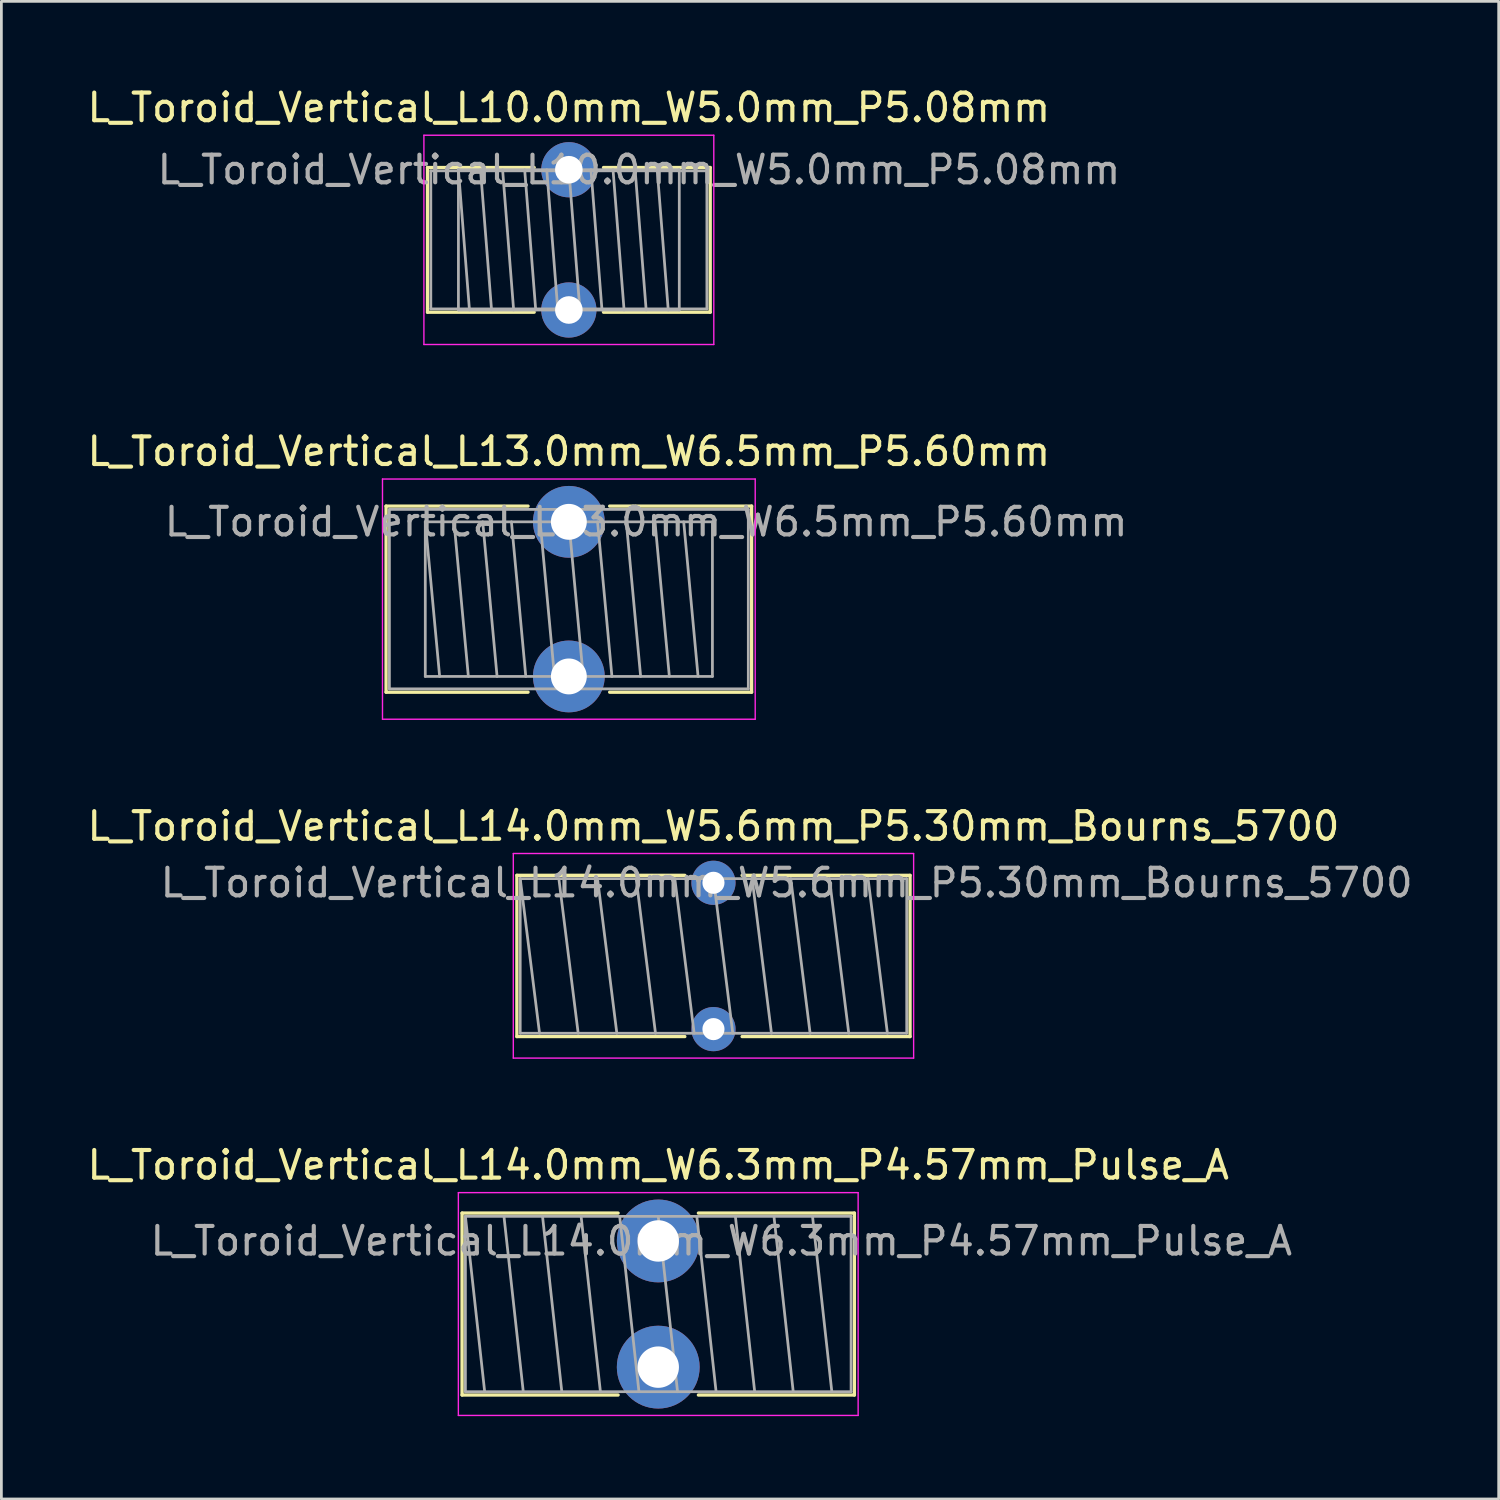
<source format=kicad_pcb>
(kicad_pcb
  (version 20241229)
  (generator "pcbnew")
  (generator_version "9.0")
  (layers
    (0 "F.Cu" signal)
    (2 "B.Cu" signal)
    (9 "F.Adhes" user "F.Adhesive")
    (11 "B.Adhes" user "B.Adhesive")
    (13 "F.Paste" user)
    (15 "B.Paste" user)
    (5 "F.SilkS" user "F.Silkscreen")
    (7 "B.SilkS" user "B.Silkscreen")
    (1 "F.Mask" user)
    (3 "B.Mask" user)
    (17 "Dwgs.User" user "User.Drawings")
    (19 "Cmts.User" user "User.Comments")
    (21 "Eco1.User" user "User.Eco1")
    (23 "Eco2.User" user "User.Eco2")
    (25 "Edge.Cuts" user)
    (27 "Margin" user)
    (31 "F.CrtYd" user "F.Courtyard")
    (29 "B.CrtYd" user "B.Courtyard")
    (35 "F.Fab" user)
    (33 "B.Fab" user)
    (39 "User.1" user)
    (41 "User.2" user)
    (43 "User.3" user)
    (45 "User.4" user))
  (footprint "L_Toroid_Vertical_L14.0mm_W6.3mm_P4.57mm_Pulse_A"
    (layer "F.Cu")
    (at 20.792 41.898)
    (property "Reference" "L_Toroid_Vertical_L14.0mm_W6.3mm_P4.57mm_Pulse_A" (at 0 -2.75 0) (layer "F.SilkS") (effects (font (size 1 1) (thickness 0.15))))
    (attr through_hole)
    (fp_line (start -7.105 -1.01) (end -7.105 5.58) (stroke (width 0.12) (type solid)) (layer "F.SilkS"))
    (fp_line (start -7.105 -1.01) (end -1.454 -1.01) (stroke (width 0.12) (type solid)) (layer "F.SilkS"))
    (fp_line (start -7.105 5.58) (end -1.454 5.58) (stroke (width 0.12) (type solid)) (layer "F.SilkS"))
    (fp_line (start 1.454 -1.01) (end 7.105 -1.01) (stroke (width 0.12) (type solid)) (layer "F.SilkS"))
    (fp_line (start 1.454 5.58) (end 7.105 5.58) (stroke (width 0.12) (type solid)) (layer "F.SilkS"))
    (fp_line (start 7.105 -1.01) (end 7.105 5.58) (stroke (width 0.12) (type solid)) (layer "F.SilkS"))
    (fp_line (start -7.24 -1.75) (end -7.24 6.32) (stroke (width 0.05) (type solid)) (layer "F.CrtYd"))
    (fp_line (start -7.24 6.32) (end 7.24 6.32) (stroke (width 0.05) (type solid)) (layer "F.CrtYd"))
    (fp_line (start 7.24 -1.75) (end -7.24 -1.75) (stroke (width 0.05) (type solid)) (layer "F.CrtYd"))
    (fp_line (start 7.24 6.32) (end 7.24 -1.75) (stroke (width 0.05) (type solid)) (layer "F.CrtYd"))
    (fp_line (start -6.985 -0.89) (end -6.985 5.46) (stroke (width 0.1) (type solid)) (layer "F.Fab"))
    (fp_line (start -6.985 -0.89) (end -6.287 5.46) (stroke (width 0.1) (type solid)) (layer "F.Fab"))
    (fp_line (start -6.985 5.46) (end 6.985 5.46) (stroke (width 0.1) (type solid)) (layer "F.Fab"))
    (fp_line (start -5.588 -0.89) (end -4.889 5.46) (stroke (width 0.1) (type solid)) (layer "F.Fab"))
    (fp_line (start -4.191 -0.89) (end -3.493 5.46) (stroke (width 0.1) (type solid)) (layer "F.Fab"))
    (fp_line (start -2.794 -0.89) (end -2.095 5.46) (stroke (width 0.1) (type solid)) (layer "F.Fab"))
    (fp_line (start -1.397 -0.89) (end -0.699 5.46) (stroke (width 0.1) (type solid)) (layer "F.Fab"))
    (fp_line (start 0 -0.89) (end 0.699 5.46) (stroke (width 0.1) (type solid)) (layer "F.Fab"))
    (fp_line (start 1.397 -0.89) (end 2.095 5.46) (stroke (width 0.1) (type solid)) (layer "F.Fab"))
    (fp_line (start 2.794 -0.89) (end 3.493 5.46) (stroke (width 0.1) (type solid)) (layer "F.Fab"))
    (fp_line (start 4.191 -0.89) (end 4.889 5.46) (stroke (width 0.1) (type solid)) (layer "F.Fab"))
    (fp_line (start 5.588 -0.89) (end 6.287 5.46) (stroke (width 0.1) (type solid)) (layer "F.Fab"))
    (fp_line (start 6.985 -0.89) (end -6.985 -0.89) (stroke (width 0.1) (type solid)) (layer "F.Fab"))
    (fp_line (start 6.985 5.46) (end 6.985 -0.89) (stroke (width 0.1) (type solid)) (layer "F.Fab"))
    (fp_text user "${REFERENCE}" (at 2.285 0 0) (layer "F.Fab") (effects (font (size 1 1) (thickness 0.15))))
    (pad "1" thru_hole circle (at 0 0) (size 3 3) (drill 1.5) (layers "*.Cu" "*.Mask"))
    (pad "2" thru_hole circle (at 0 4.57) (size 3 3) (drill 1.5) (layers "*.Cu" "*.Mask")))
  (footprint "L_Toroid_Vertical_L13.0mm_W6.5mm_P5.60mm"
    (layer "F.Cu")
    (at 17.554 15.851)
    (property "Reference" "L_Toroid_Vertical_L13.0mm_W6.5mm_P5.60mm" (at 0 -2.55 0) (layer "F.SilkS") (effects (font (size 1 1) (thickness 0.15))))
    (attr through_hole)
    (fp_line (start -6.62 -0.57) (end -6.62 6.17) (stroke (width 0.12) (type solid)) (layer "F.SilkS"))
    (fp_line (start -6.62 -0.57) (end -1.478 -0.57) (stroke (width 0.12) (type solid)) (layer "F.SilkS"))
    (fp_line (start -6.62 6.17) (end -1.478 6.17) (stroke (width 0.12) (type solid)) (layer "F.SilkS"))
    (fp_line (start 1.478 -0.57) (end 6.62 -0.57) (stroke (width 0.12) (type solid)) (layer "F.SilkS"))
    (fp_line (start 1.478 6.17) (end 6.62 6.17) (stroke (width 0.12) (type solid)) (layer "F.SilkS"))
    (fp_line (start 6.62 -0.57) (end 6.62 6.17) (stroke (width 0.12) (type solid)) (layer "F.SilkS"))
    (fp_line (start -6.75 -1.55) (end -6.75 7.15) (stroke (width 0.05) (type solid)) (layer "F.CrtYd"))
    (fp_line (start -6.75 7.15) (end 6.75 7.15) (stroke (width 0.05) (type solid)) (layer "F.CrtYd"))
    (fp_line (start 6.75 -1.55) (end -6.75 -1.55) (stroke (width 0.05) (type solid)) (layer "F.CrtYd"))
    (fp_line (start 6.75 7.15) (end 6.75 -1.55) (stroke (width 0.05) (type solid)) (layer "F.CrtYd"))
    (fp_line (start -6.5 -0.45) (end -6.5 6.05) (stroke (width 0.1) (type solid)) (layer "F.Fab"))
    (fp_line (start -6.5 6.05) (end 6.5 6.05) (stroke (width 0.1) (type solid)) (layer "F.Fab"))
    (fp_line (start -5.2 0) (end -5.2 5.6) (stroke (width 0.1) (type solid)) (layer "F.Fab"))
    (fp_line (start -5.2 0) (end -4.68 5.6) (stroke (width 0.1) (type solid)) (layer "F.Fab"))
    (fp_line (start -5.2 5.6) (end 5.2 5.6) (stroke (width 0.1) (type solid)) (layer "F.Fab"))
    (fp_line (start -4.16 0) (end -3.64 5.6) (stroke (width 0.1) (type solid)) (layer "F.Fab"))
    (fp_line (start -3.12 0) (end -2.6 5.6) (stroke (width 0.1) (type solid)) (layer "F.Fab"))
    (fp_line (start -2.08 0) (end -1.56 5.6) (stroke (width 0.1) (type solid)) (layer "F.Fab"))
    (fp_line (start -1.04 0) (end -0.52 5.6) (stroke (width 0.1) (type solid)) (layer "F.Fab"))
    (fp_line (start 0 0) (end 0.52 5.6) (stroke (width 0.1) (type solid)) (layer "F.Fab"))
    (fp_line (start 1.04 0) (end 1.56 5.6) (stroke (width 0.1) (type solid)) (layer "F.Fab"))
    (fp_line (start 2.08 0) (end 2.6 5.6) (stroke (width 0.1) (type solid)) (layer "F.Fab"))
    (fp_line (start 3.12 0) (end 3.64 5.6) (stroke (width 0.1) (type solid)) (layer "F.Fab"))
    (fp_line (start 4.16 0) (end 4.68 5.6) (stroke (width 0.1) (type solid)) (layer "F.Fab"))
    (fp_line (start 5.2 0) (end -5.2 0) (stroke (width 0.1) (type solid)) (layer "F.Fab"))
    (fp_line (start 5.2 5.6) (end 5.2 0) (stroke (width 0.1) (type solid)) (layer "F.Fab"))
    (fp_line (start 6.5 -0.45) (end -6.5 -0.45) (stroke (width 0.1) (type solid)) (layer "F.Fab"))
    (fp_line (start 6.5 6.05) (end 6.5 -0.45) (stroke (width 0.1) (type solid)) (layer "F.Fab"))
    (fp_text user "${REFERENCE}" (at 2.8 0 0) (layer "F.Fab") (effects (font (size 1 1) (thickness 0.15))))
    (pad "1" thru_hole circle (at 0 0) (size 2.6 2.6) (drill 1.3) (layers "*.Cu" "*.Mask"))
    (pad "2" thru_hole circle (at 0 5.6) (size 2.6 2.6) (drill 1.3) (layers "*.Cu" "*.Mask")))
  (footprint "L_Toroid_Vertical_L14.0mm_W5.6mm_P5.30mm_Bourns_5700"
    (layer "F.Cu")
    (at 22.792 28.925)
    (property "Reference" "L_Toroid_Vertical_L14.0mm_W5.6mm_P5.30mm_Bourns_5700" (at 0 -2.05 0) (layer "F.SilkS") (effects (font (size 1 1) (thickness 0.15))))
    (attr through_hole)
    (fp_line (start -7.12 -0.27) (end -7.12 5.57) (stroke (width 0.12) (type solid)) (layer "F.SilkS"))
    (fp_line (start -7.12 -0.27) (end -1.037 -0.27) (stroke (width 0.12) (type solid)) (layer "F.SilkS"))
    (fp_line (start -7.12 5.57) (end -1.037 5.57) (stroke (width 0.12) (type solid)) (layer "F.SilkS"))
    (fp_line (start 1.037 -0.27) (end 7.12 -0.27) (stroke (width 0.12) (type solid)) (layer "F.SilkS"))
    (fp_line (start 1.037 5.57) (end 7.12 5.57) (stroke (width 0.12) (type solid)) (layer "F.SilkS"))
    (fp_line (start 7.12 -0.27) (end 7.12 5.57) (stroke (width 0.12) (type solid)) (layer "F.SilkS"))
    (fp_line (start -7.25 -1.06) (end -7.25 6.35) (stroke (width 0.05) (type solid)) (layer "F.CrtYd"))
    (fp_line (start -7.25 6.35) (end 7.25 6.35) (stroke (width 0.05) (type solid)) (layer "F.CrtYd"))
    (fp_line (start 7.25 -1.06) (end -7.25 -1.06) (stroke (width 0.05) (type solid)) (layer "F.CrtYd"))
    (fp_line (start 7.25 6.35) (end 7.25 -1.06) (stroke (width 0.05) (type solid)) (layer "F.CrtYd"))
    (fp_line (start -7 -0.15) (end -7 5.45) (stroke (width 0.1) (type solid)) (layer "F.Fab"))
    (fp_line (start -7 -0.15) (end -6.3 5.45) (stroke (width 0.1) (type solid)) (layer "F.Fab"))
    (fp_line (start -7 5.45) (end 7 5.45) (stroke (width 0.1) (type solid)) (layer "F.Fab"))
    (fp_line (start -5.6 -0.15) (end -4.9 5.45) (stroke (width 0.1) (type solid)) (layer "F.Fab"))
    (fp_line (start -4.2 -0.15) (end -3.5 5.45) (stroke (width 0.1) (type solid)) (layer "F.Fab"))
    (fp_line (start -2.8 -0.15) (end -2.1 5.45) (stroke (width 0.1) (type solid)) (layer "F.Fab"))
    (fp_line (start -1.4 -0.15) (end -0.7 5.45) (stroke (width 0.1) (type solid)) (layer "F.Fab"))
    (fp_line (start 0 -0.15) (end 0.7 5.45) (stroke (width 0.1) (type solid)) (layer "F.Fab"))
    (fp_line (start 1.4 -0.15) (end 2.1 5.45) (stroke (width 0.1) (type solid)) (layer "F.Fab"))
    (fp_line (start 2.8 -0.15) (end 3.5 5.45) (stroke (width 0.1) (type solid)) (layer "F.Fab"))
    (fp_line (start 4.2 -0.15) (end 4.9 5.45) (stroke (width 0.1) (type solid)) (layer "F.Fab"))
    (fp_line (start 5.6 -0.15) (end 6.3 5.45) (stroke (width 0.1) (type solid)) (layer "F.Fab"))
    (fp_line (start 7 -0.15) (end -7 -0.15) (stroke (width 0.1) (type solid)) (layer "F.Fab"))
    (fp_line (start 7 5.45) (end 7 -0.15) (stroke (width 0.1) (type solid)) (layer "F.Fab"))
    (fp_text user "${REFERENCE}" (at 2.65 0 0) (layer "F.Fab") (effects (font (size 1 1) (thickness 0.15))))
    (pad "1" thru_hole circle (at 0 0) (size 1.6 1.6) (drill 0.8) (layers "*.Cu" "*.Mask"))
    (pad "2" thru_hole circle (at 0 5.3) (size 1.6 1.6) (drill 0.8) (layers "*.Cu" "*.Mask")))
  (footprint "L_Toroid_Vertical_L10.0mm_W5.0mm_P5.08mm"
    (layer "F.Cu")
    (at 17.554 3.098)
    (property "Reference" "L_Toroid_Vertical_L10.0mm_W5.0mm_P5.08mm" (at 0 -2.25 0) (layer "F.SilkS") (effects (font (size 1 1) (thickness 0.15))))
    (attr through_hole)
    (fp_line (start -5.12 -0.08) (end -5.12 5.16) (stroke (width 0.12) (type solid)) (layer "F.SilkS"))
    (fp_line (start -5.12 -0.08) (end -1.255 -0.08) (stroke (width 0.12) (type solid)) (layer "F.SilkS"))
    (fp_line (start -5.12 5.16) (end -1.255 5.16) (stroke (width 0.12) (type solid)) (layer "F.SilkS"))
    (fp_line (start 1.255 -0.08) (end 5.12 -0.08) (stroke (width 0.12) (type solid)) (layer "F.SilkS"))
    (fp_line (start 1.255 5.16) (end 5.12 5.16) (stroke (width 0.12) (type solid)) (layer "F.SilkS"))
    (fp_line (start 5.12 -0.08) (end 5.12 5.16) (stroke (width 0.12) (type solid)) (layer "F.SilkS"))
    (fp_line (start -5.25 -1.25) (end -5.25 6.33) (stroke (width 0.05) (type solid)) (layer "F.CrtYd"))
    (fp_line (start -5.25 6.33) (end 5.25 6.33) (stroke (width 0.05) (type solid)) (layer "F.CrtYd"))
    (fp_line (start 5.25 -1.25) (end -5.25 -1.25) (stroke (width 0.05) (type solid)) (layer "F.CrtYd"))
    (fp_line (start 5.25 6.33) (end 5.25 -1.25) (stroke (width 0.05) (type solid)) (layer "F.CrtYd"))
    (fp_line (start -5 0.04) (end -5 5.04) (stroke (width 0.1) (type solid)) (layer "F.Fab"))
    (fp_line (start -5 5.04) (end 5 5.04) (stroke (width 0.1) (type solid)) (layer "F.Fab"))
    (fp_line (start -4 0) (end -4 5.08) (stroke (width 0.1) (type solid)) (layer "F.Fab"))
    (fp_line (start -4 0) (end -3.6 5.08) (stroke (width 0.1) (type solid)) (layer "F.Fab"))
    (fp_line (start -4 5.08) (end 4 5.08) (stroke (width 0.1) (type solid)) (layer "F.Fab"))
    (fp_line (start -3.2 0) (end -2.8 5.08) (stroke (width 0.1) (type solid)) (layer "F.Fab"))
    (fp_line (start -2.4 0) (end -2 5.08) (stroke (width 0.1) (type solid)) (layer "F.Fab"))
    (fp_line (start -1.6 0) (end -1.2 5.08) (stroke (width 0.1) (type solid)) (layer "F.Fab"))
    (fp_line (start -0.8 0) (end -0.4 5.08) (stroke (width 0.1) (type solid)) (layer "F.Fab"))
    (fp_line (start 0 0) (end 0.4 5.08) (stroke (width 0.1) (type solid)) (layer "F.Fab"))
    (fp_line (start 0.8 0) (end 1.2 5.08) (stroke (width 0.1) (type solid)) (layer "F.Fab"))
    (fp_line (start 1.6 0) (end 2 5.08) (stroke (width 0.1) (type solid)) (layer "F.Fab"))
    (fp_line (start 2.4 0) (end 2.8 5.08) (stroke (width 0.1) (type solid)) (layer "F.Fab"))
    (fp_line (start 3.2 0) (end 3.6 5.08) (stroke (width 0.1) (type solid)) (layer "F.Fab"))
    (fp_line (start 4 0) (end -4 0) (stroke (width 0.1) (type solid)) (layer "F.Fab"))
    (fp_line (start 4 5.08) (end 4 0) (stroke (width 0.1) (type solid)) (layer "F.Fab"))
    (fp_line (start 5 0.04) (end -5 0.04) (stroke (width 0.1) (type solid)) (layer "F.Fab"))
    (fp_line (start 5 5.04) (end 5 0.04) (stroke (width 0.1) (type solid)) (layer "F.Fab"))
    (fp_text user "${REFERENCE}" (at 2.54 0 0) (layer "F.Fab") (effects (font (size 1 1) (thickness 0.15))))
    (pad "1" thru_hole circle (at 0 0) (size 2 2) (drill 1) (layers "*.Cu" "*.Mask"))
    (pad "2" thru_hole circle (at 0 5.08) (size 2 2) (drill 1) (layers "*.Cu" "*.Mask")))
  (gr_rect
    (start -3 -3)
    (end 51.233 51.243)
    (stroke (width 0.1) (type default))
    (fill no)
    (layer "Edge.Cuts")))
</source>
